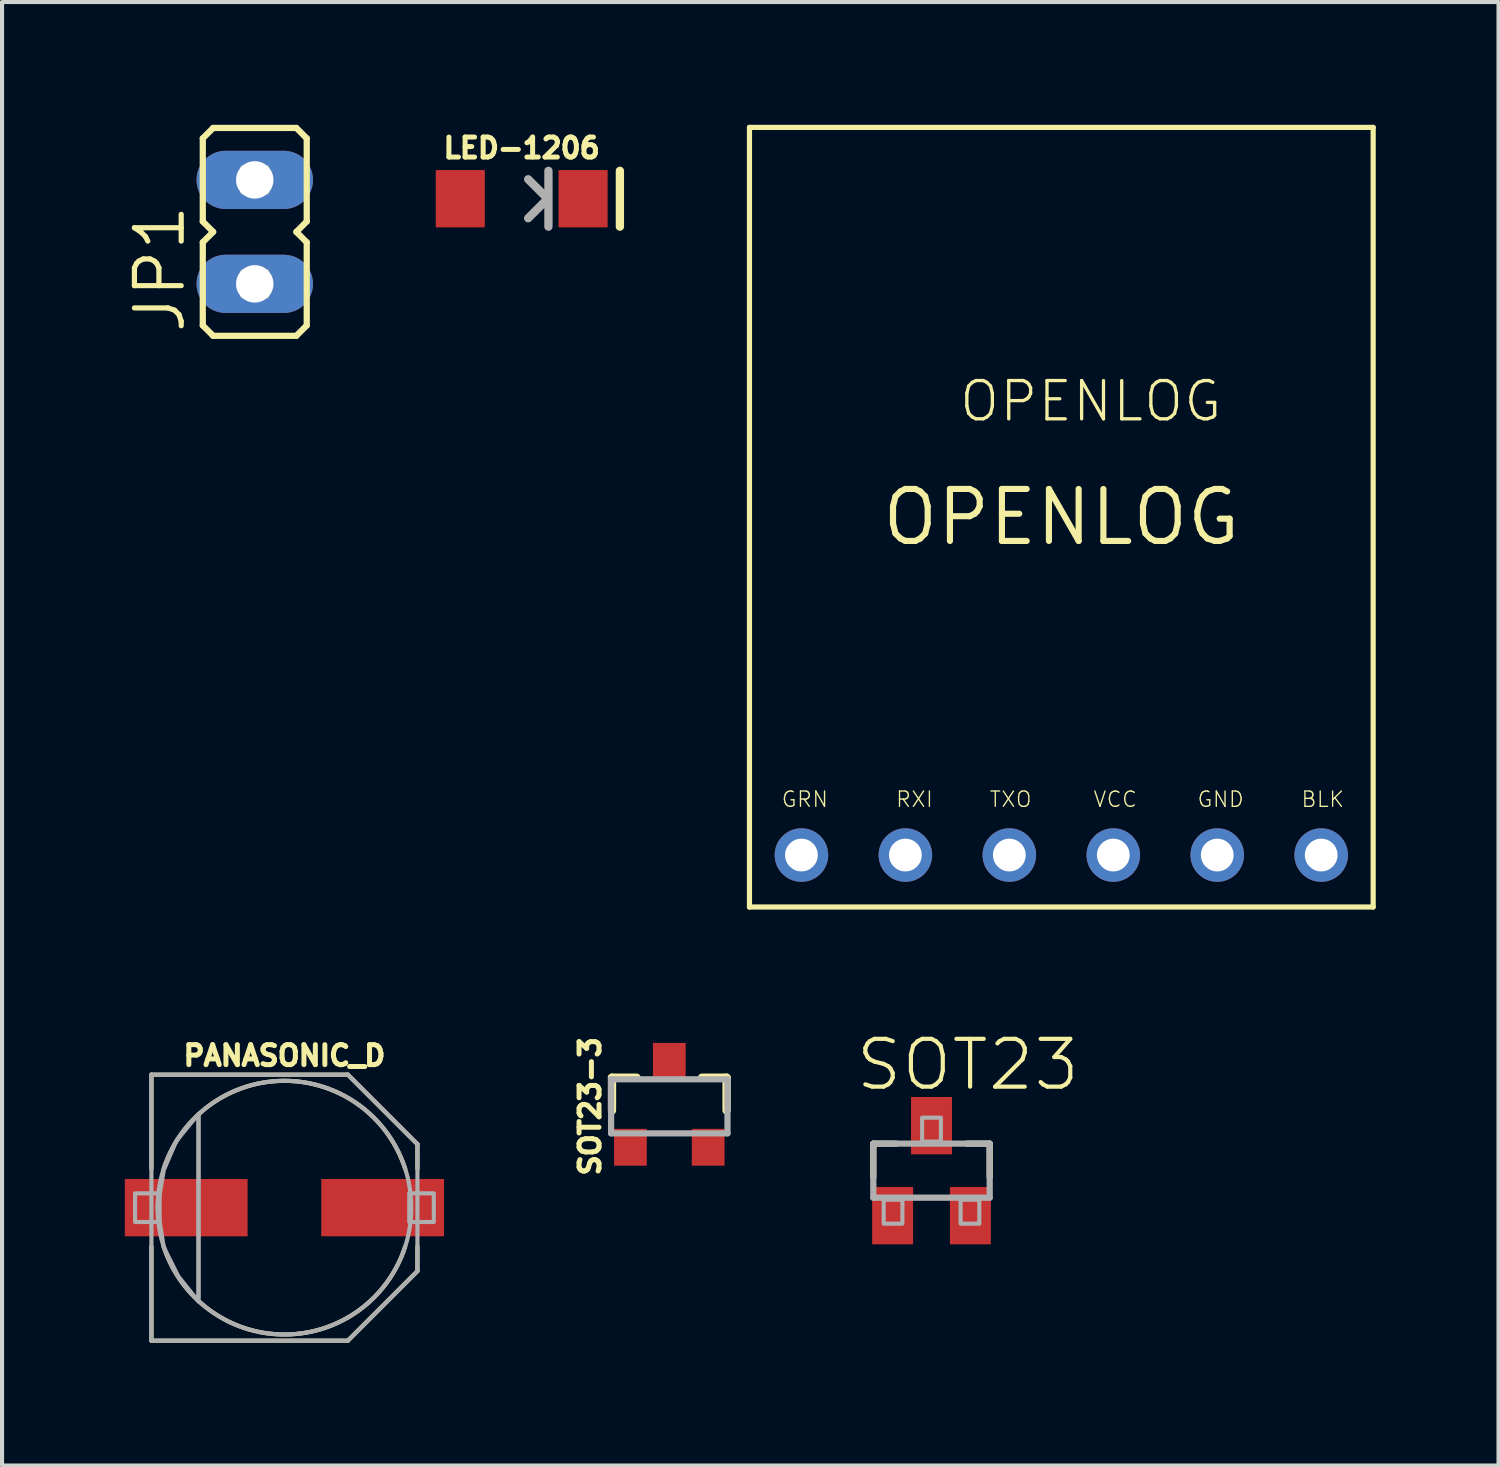
<source format=kicad_pcb>
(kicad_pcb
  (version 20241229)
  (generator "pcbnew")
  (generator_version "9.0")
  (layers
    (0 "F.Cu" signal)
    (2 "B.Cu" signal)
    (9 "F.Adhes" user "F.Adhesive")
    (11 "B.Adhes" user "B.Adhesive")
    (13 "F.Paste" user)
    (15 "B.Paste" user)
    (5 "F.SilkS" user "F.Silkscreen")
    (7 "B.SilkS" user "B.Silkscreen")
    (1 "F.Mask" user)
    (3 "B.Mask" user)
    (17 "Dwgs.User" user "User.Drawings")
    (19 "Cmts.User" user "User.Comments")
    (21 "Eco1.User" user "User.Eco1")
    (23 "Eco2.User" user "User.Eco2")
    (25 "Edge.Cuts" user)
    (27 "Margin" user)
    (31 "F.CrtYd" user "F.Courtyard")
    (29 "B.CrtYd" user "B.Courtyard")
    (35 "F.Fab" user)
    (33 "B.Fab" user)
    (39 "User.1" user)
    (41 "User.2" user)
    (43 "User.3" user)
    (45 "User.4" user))
  (footprint "JP1"
    (layer "F.Cu")
    (at 3.175 2.616)
    (property "Reference" "JP1" (at -1.651 2.54 90) (layer "F.SilkS") (effects (font (size 1.143 1.143) (thickness 0.127)) (justify left bottom)))
    (fp_line (start -1.27 -2.286) (end -1.27 -0.254) (stroke (width 0.152) (type solid)) (layer "F.SilkS"))
    (fp_line (start -1.27 -2.286) (end -1.016 -2.54) (stroke (width 0.152) (type solid)) (layer "F.SilkS"))
    (fp_line (start -1.27 0.254) (end -1.27 2.286) (stroke (width 0.152) (type solid)) (layer "F.SilkS"))
    (fp_line (start -1.016 0) (end -1.27 -0.254) (stroke (width 0.152) (type solid)) (layer "F.SilkS"))
    (fp_line (start -1.016 0) (end -1.27 0.254) (stroke (width 0.152) (type solid)) (layer "F.SilkS"))
    (fp_line (start -1.016 2.54) (end -1.27 2.286) (stroke (width 0.152) (type solid)) (layer "F.SilkS"))
    (fp_line (start -1.016 2.54) (end 1.016 2.54) (stroke (width 0.152) (type solid)) (layer "F.SilkS"))
    (fp_line (start 1.016 -2.54) (end -1.016 -2.54) (stroke (width 0.152) (type solid)) (layer "F.SilkS"))
    (fp_line (start 1.016 0) (end 1.27 -0.254) (stroke (width 0.152) (type solid)) (layer "F.SilkS"))
    (fp_line (start 1.016 0) (end 1.27 0.254) (stroke (width 0.152) (type solid)) (layer "F.SilkS"))
    (fp_line (start 1.016 2.54) (end 1.27 2.286) (stroke (width 0.152) (type solid)) (layer "F.SilkS"))
    (fp_line (start 1.27 -2.286) (end 1.016 -2.54) (stroke (width 0.152) (type solid)) (layer "F.SilkS"))
    (fp_line (start 1.27 -2.286) (end 1.27 -0.254) (stroke (width 0.152) (type solid)) (layer "F.SilkS"))
    (fp_line (start 1.27 0.254) (end 1.27 2.286) (stroke (width 0.152) (type solid)) (layer "F.SilkS"))
    (fp_poly (pts (xy -0.305 -0.965) (xy 0.305 -0.965) (xy 0.305 -1.575) (xy -0.305 -1.575)) (stroke (width 0.1) (type default)) (fill no) (layer "F.Fab"))
    (fp_poly (pts (xy -0.305 1.575) (xy 0.305 1.575) (xy 0.305 0.965) (xy -0.305 0.965)) (stroke (width 0.1) (type default)) (fill no) (layer "F.Fab"))
    (pad "1" thru_hole oval (at 0 1.27) (size 2.845 1.422) (drill 0.914) (layers "*.Cu" "*.Mask"))
    (pad "2" thru_hole oval (at 0 -1.27) (size 2.845 1.422) (drill 0.914) (layers "*.Cu" "*.Mask")))
  (footprint "OPENLOG"
    (layer "F.Cu")
    (at 22.883 9.588)
    (property "Reference" "OPENLOG" (at 0 0 0) (layer "F.SilkS") (effects (font (size 1.27 1.27) (thickness 0.15))))
    (fp_line (start -7.62 -9.525) (end 7.62 -9.525) (stroke (width 0.127) (type solid)) (layer "F.SilkS"))
    (fp_line (start -7.62 9.525) (end -7.62 -9.525) (stroke (width 0.127) (type solid)) (layer "F.SilkS"))
    (fp_line (start -7.62 9.525) (end 7.62 9.525) (stroke (width 0.127) (type solid)) (layer "F.SilkS"))
    (fp_line (start 7.62 -9.525) (end 7.62 9.525) (stroke (width 0.127) (type solid)) (layer "F.SilkS"))
    (fp_text user "VCC" (at 0.762 7.112 0) (layer "F.SilkS") (effects (font (size 0.374 0.374) (thickness 0.033)) (justify left bottom)))
    (fp_text user "GRN" (at -6.858 7.112 0) (layer "F.SilkS") (effects (font (size 0.374 0.374) (thickness 0.033)) (justify left bottom)))
    (fp_text user "TXO" (at -1.778 7.112 0) (layer "F.SilkS") (effects (font (size 0.374 0.374) (thickness 0.033)) (justify left bottom)))
    (fp_text user "GND" (at 3.302 7.112 0) (layer "F.SilkS") (effects (font (size 0.374 0.374) (thickness 0.033)) (justify left bottom)))
    (fp_text user "OPENLOG" (at -2.54 -2.286 0) (layer "F.SilkS") (effects (font (size 0.935 0.935) (thickness 0.081)) (justify left bottom)))
    (fp_text user "BLK" (at 5.842 7.112 0) (layer "F.SilkS") (effects (font (size 0.374 0.374) (thickness 0.033)) (justify left bottom)))
    (fp_text user "RXI" (at -4.064 7.112 0) (layer "F.SilkS") (effects (font (size 0.374 0.374) (thickness 0.033)) (justify left bottom)))
    (pad "P$1" thru_hole circle (at -6.35 8.255) (size 1.308 1.308) (drill 0.8) (layers "*.Cu" "*.Mask"))
    (pad "P$2" thru_hole circle (at -3.81 8.255) (size 1.308 1.308) (drill 0.8) (layers "*.Cu" "*.Mask"))
    (pad "P$3" thru_hole circle (at -1.27 8.255) (size 1.308 1.308) (drill 0.8) (layers "*.Cu" "*.Mask"))
    (pad "P$4" thru_hole circle (at 1.27 8.255) (size 1.308 1.308) (drill 0.8) (layers "*.Cu" "*.Mask"))
    (pad "P$5" thru_hole circle (at 3.81 8.255) (size 1.308 1.308) (drill 0.8) (layers "*.Cu" "*.Mask"))
    (pad "P$6" thru_hole circle (at 6.35 8.255) (size 1.308 1.308) (drill 0.8) (layers "*.Cu" "*.Mask")))
  (footprint "PANASONIC_D"
    (layer "F.Cu")
    (at 3.9 26.459)
    (property "Reference" "PANASONIC_D" (at 0 -3.429 0) (layer "F.SilkS") (effects (font (size 0.488 0.488) (thickness 0.122)) (justify bottom)))
    (fp_line (start -3.25 -3.25) (end 1.55 -3.25) (stroke (width 0.102) (type solid)) (layer "F.SilkS"))
    (fp_line (start -3.25 -0.95) (end -3.25 -3.25) (stroke (width 0.102) (type solid)) (layer "F.SilkS"))
    (fp_line (start -3.25 3.25) (end -3.25 0.95) (stroke (width 0.102) (type solid)) (layer "F.SilkS"))
    (fp_line (start 1.55 -3.25) (end 3.25 -1.55) (stroke (width 0.102) (type solid)) (layer "F.SilkS"))
    (fp_line (start 1.55 3.25) (end -3.25 3.25) (stroke (width 0.102) (type solid)) (layer "F.SilkS"))
    (fp_line (start 3.25 -1.55) (end 3.25 -0.95) (stroke (width 0.102) (type solid)) (layer "F.SilkS"))
    (fp_line (start 3.25 0.95) (end 3.25 1.55) (stroke (width 0.102) (type solid)) (layer "F.SilkS"))
    (fp_line (start 3.25 1.55) (end 1.55 3.25) (stroke (width 0.102) (type solid)) (layer "F.SilkS"))
    (fp_arc (start -2.95 -0.95) (mid 0 -3.099193) (end 2.95 -0.95) (stroke (width 0.1016) (type solid)) (layer "F.SilkS"))
    (fp_arc (start 2.95 0.95) (mid 0 3.099193) (end -2.95 0.95) (stroke (width 0.1016) (type solid)) (layer "F.SilkS"))
    (fp_line (start -3.25 -3.25) (end 1.55 -3.25) (stroke (width 0.102) (type solid)) (layer "F.Fab"))
    (fp_line (start -3.25 3.25) (end -3.25 -3.25) (stroke (width 0.102) (type solid)) (layer "F.Fab"))
    (fp_line (start -2.1 -2.25) (end -2.1 2.2) (stroke (width 0.102) (type solid)) (layer "F.Fab"))
    (fp_line (start 1.55 -3.25) (end 3.25 -1.55) (stroke (width 0.102) (type solid)) (layer "F.Fab"))
    (fp_line (start 1.55 3.25) (end -3.25 3.25) (stroke (width 0.102) (type solid)) (layer "F.Fab"))
    (fp_line (start 3.25 -1.55) (end 3.25 1.55) (stroke (width 0.102) (type solid)) (layer "F.Fab"))
    (fp_line (start 3.25 1.55) (end 1.55 3.25) (stroke (width 0.102) (type solid)) (layer "F.Fab"))
    (fp_circle (center 0 0) (end 3.1 0) (stroke (width 0.102) (type solid)) (fill no) (layer "F.Fab"))
    (fp_poly (pts (xy -3.65 0.35) (xy -3.05 0.35) (xy -3.05 -0.35) (xy -3.65 -0.35)) (stroke (width 0.1) (type default)) (fill no) (layer "F.Fab"))
    (fp_poly (pts (xy 3.05 0.35) (xy 3.65 0.35) (xy 3.65 -0.35) (xy 3.05 -0.35)) (stroke (width 0.1) (type default)) (fill no) (layer "F.Fab"))
    (fp_poly (pts (xy -2.099 2.295) (xy -2.593 1.678) (xy -2.949 0.966) (xy -3.101 -0.00022) (xy -2.949 -0.914) (xy -2.644 -1.627) (xy -2.099 -2.292)) (stroke (width 0.1) (type default)) (fill no) (layer "F.Fab"))
    (pad "+" smd rect (at 2.4 0) (size 3 1.4) (layers "F.Cu" "F.Mask" "F.Paste"))
    (pad "-" smd rect (at -2.4 0) (size 3 1.4) (layers "F.Cu" "F.Mask" "F.Paste")))
  (footprint "SOT23"
    (layer "F.Cu")
    (at 19.711 25.555)
    (property "Reference" "SOT23" (at -1.905 -1.905 0) (layer "F.SilkS") (effects (font (size 1.168 1.168) (thickness 0.102)) (justify left bottom)))
    (fp_line (start -1.422 -0.66) (end -0.864 -0.66) (stroke (width 0.152) (type solid)) (layer "F.SilkS"))
    (fp_line (start -1.422 0.152) (end -1.422 -0.66) (stroke (width 0.152) (type solid)) (layer "F.SilkS"))
    (fp_line (start 0.864 -0.66) (end 1.422 -0.66) (stroke (width 0.152) (type solid)) (layer "F.SilkS"))
    (fp_line (start 1.422 -0.66) (end 1.422 0.152) (stroke (width 0.152) (type solid)) (layer "F.SilkS"))
    (fp_line (start -1.422 -0.66) (end 1.422 -0.66) (stroke (width 0.152) (type solid)) (layer "F.Fab"))
    (fp_line (start -1.422 0.66) (end -1.422 -0.66) (stroke (width 0.152) (type solid)) (layer "F.Fab"))
    (fp_line (start 1.422 -0.66) (end 1.422 0.66) (stroke (width 0.152) (type solid)) (layer "F.Fab"))
    (fp_line (start 1.422 0.66) (end -1.422 0.66) (stroke (width 0.152) (type solid)) (layer "F.Fab"))
    (fp_poly (pts (xy -1.168 1.295) (xy -0.711 1.295) (xy -0.711 0.711) (xy -1.168 0.711)) (stroke (width 0.1) (type default)) (fill no) (layer "F.Fab"))
    (fp_poly (pts (xy -0.229 -0.711) (xy 0.229 -0.711) (xy 0.229 -1.295) (xy -0.229 -1.295)) (stroke (width 0.1) (type default)) (fill no) (layer "F.Fab"))
    (fp_poly (pts (xy 0.711 1.295) (xy 1.168 1.295) (xy 1.168 0.711) (xy 0.711 0.711)) (stroke (width 0.1) (type default)) (fill no) (layer "F.Fab"))
    (pad "A1" smd rect (at -0.95 1.1) (size 1 1.4) (layers "F.Cu" "F.Mask" "F.Paste"))
    (pad "A2" smd rect (at 0.95 1.1) (size 1 1.4) (layers "F.Cu" "F.Mask" "F.Paste"))
    (pad "C" smd rect (at 0 -1.1) (size 1 1.4) (layers "F.Cu" "F.Mask" "F.Paste")))
  (footprint "SOT23-3"
    (layer "F.Cu")
    (at 13.304 23.983)
    (property "Reference" "SOT23-3" (at -1.651 0 90) (layer "F.SilkS") (effects (font (size 0.488 0.488) (thickness 0.122)) (justify bottom)))
    (fp_line (start -1.4 -0.7) (end -1.4 0.1) (stroke (width 0.203) (type solid)) (layer "F.SilkS"))
    (fp_line (start -0.8 -0.7) (end -1.4 -0.7) (stroke (width 0.203) (type solid)) (layer "F.SilkS"))
    (fp_line (start 0.8 -0.7) (end 1.4 -0.7) (stroke (width 0.203) (type solid)) (layer "F.SilkS"))
    (fp_line (start 1.4 -0.7) (end 1.4 0.1) (stroke (width 0.203) (type solid)) (layer "F.SilkS"))
    (fp_line (start -1.422 -0.66) (end 1.422 -0.66) (stroke (width 0.152) (type solid)) (layer "F.Fab"))
    (fp_line (start -1.422 0.66) (end -1.422 -0.66) (stroke (width 0.152) (type solid)) (layer "F.Fab"))
    (fp_line (start 1.422 -0.66) (end 1.422 0.66) (stroke (width 0.152) (type solid)) (layer "F.Fab"))
    (fp_line (start 1.422 0.66) (end -1.422 0.66) (stroke (width 0.152) (type solid)) (layer "F.Fab"))
    (pad "1" smd rect (at -0.95 1) (size 0.8 0.9) (layers "F.Cu" "F.Mask" "F.Paste"))
    (pad "2" smd rect (at 0.95 1) (size 0.8 0.9) (layers "F.Cu" "F.Mask" "F.Paste"))
    (pad "3" smd rect (at 0 -1.1) (size 0.8 0.9) (layers "F.Cu" "F.Mask" "F.Paste")))
  (footprint "LED-1206"
    (layer "F.Cu")
    (at 9.697 1.806)
    (property "Reference" "LED-1206" (at 0 -0.953 0) (layer "F.SilkS") (effects (font (size 0.488 0.488) (thickness 0.122)) (justify bottom)))
    (fp_line (start 2.4 -0.682) (end 2.4 0.682) (stroke (width 0.203) (type solid)) (layer "F.SilkS"))
    (fp_line (start 0.635 0) (end 0.159 -0.476) (stroke (width 0.203) (type solid)) (layer "F.Fab"))
    (fp_line (start 0.635 0) (end 0.159 0.476) (stroke (width 0.203) (type solid)) (layer "F.Fab"))
    (fp_line (start 0.654 -0.682) (end 0.654 0.682) (stroke (width 0.203) (type solid)) (layer "F.Fab"))
    (pad "A" smd rect (at -1.5 0) (size 1.2 1.4) (layers "F.Cu" "F.Mask" "F.Paste"))
    (pad "C" smd rect (at 1.5 0) (size 1.2 1.4) (layers "F.Cu" "F.Mask" "F.Paste")))
  (gr_rect
    (start -3 -3)
    (end 33.566 32.76)
    (stroke (width 0.1) (type default))
    (fill no)
    (layer "Edge.Cuts")))
</source>
